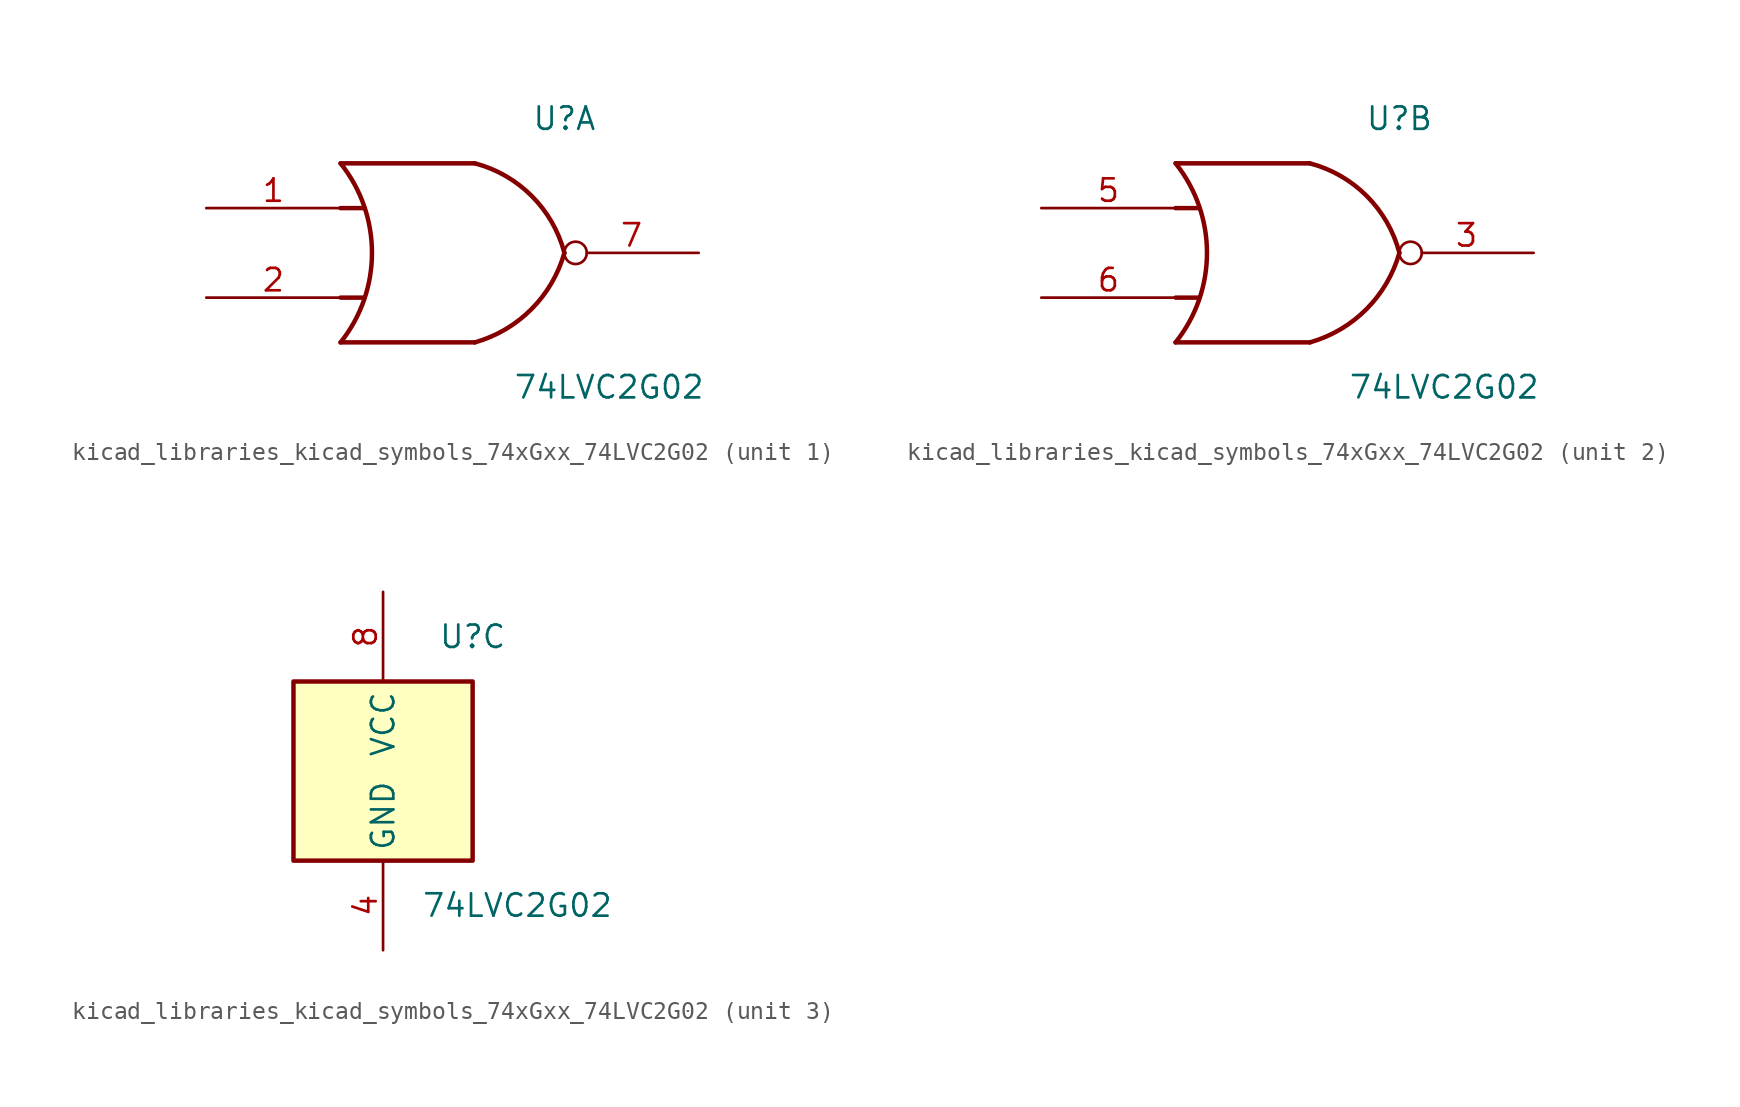
<source format=kicad_sym>
(kicad_symbol_lib
  (version 20220914)
  (generator kicad_symbol_editor)
  (symbol "kicad_libraries_kicad_symbols_74xGxx_74LVC2G02"
    (property "Reference" "U"
      (at 5.08 7.62 0)
      (effects (font (size 1.27 1.27))))
    (property "Value" "74LVC2G02"
      (at 7.62 -7.62 0)
      (effects (font (size 1.27 1.27))))
    (symbol "kicad_libraries_kicad_symbols_74xGxx_74LVC2G02_1_1"
      (arc (start -7.62 -5.08) (mid -5.838 0) (end -7.62 5.08) (stroke (width 0.254) (type default)) (fill (type none)))
      (arc (start 0 -5.08) (mid 3.1986 -3.2054) (end 5.08 0) (stroke (width 0.254) (type default)) (fill (type none)))
      (polyline (pts (xy -7.62 -2.54) (xy -6.35 -2.54)) (stroke (width 0.254) (type default)) (fill (type background)))
      (polyline (pts (xy -7.62 2.54) (xy -6.35 2.54)) (stroke (width 0.254) (type default)) (fill (type background)))
      (polyline (pts (xy 0 -5.08) (xy -7.62 -5.08)) (stroke (width 0.254) (type default)) (fill (type background)))
      (polyline (pts (xy 0 5.08) (xy -7.62 5.08)) (stroke (width 0.254) (type default)) (fill (type background)))
      (arc (start 5.08 0) (mid 3.2238 3.2304) (end 0 5.08) (stroke (width 0.254) (type default)) (fill (type none)))
      (pin input line (at -15.24 2.54 0) (length 7.62) (name "~" (effects (font (size 1.27 1.27)))) (number "1" (effects (font (size 1.27 1.27)))))
      (pin input line (at -15.24 -2.54 0) (length 7.62) (name "~" (effects (font (size 1.27 1.27)))) (number "2" (effects (font (size 1.27 1.27)))))
      (pin output inverted (at 12.7 0 180) (length 7.62) (name "~" (effects (font (size 1.27 1.27)))) (number "7" (effects (font (size 1.27 1.27))))))
    (symbol "kicad_libraries_kicad_symbols_74xGxx_74LVC2G02_2_1"
      (arc (start -7.62 -5.08) (mid -5.838 0) (end -7.62 5.08) (stroke (width 0.254) (type default)) (fill (type none)))
      (arc (start 0 -5.08) (mid 3.1986 -3.2054) (end 5.08 0) (stroke (width 0.254) (type default)) (fill (type none)))
      (polyline (pts (xy -7.62 -2.54) (xy -6.35 -2.54)) (stroke (width 0.254) (type default)) (fill (type background)))
      (polyline (pts (xy -7.62 2.54) (xy -6.35 2.54)) (stroke (width 0.254) (type default)) (fill (type background)))
      (polyline (pts (xy 0 -5.08) (xy -7.62 -5.08)) (stroke (width 0.254) (type default)) (fill (type background)))
      (polyline (pts (xy 0 5.08) (xy -7.62 5.08)) (stroke (width 0.254) (type default)) (fill (type background)))
      (arc (start 5.08 0) (mid 3.2238 3.2304) (end 0 5.08) (stroke (width 0.254) (type default)) (fill (type none)))
      (pin output inverted (at 12.7 0 180) (length 7.62) (name "~" (effects (font (size 1.27 1.27)))) (number "3" (effects (font (size 1.27 1.27)))))
      (pin input line (at -15.24 2.54 0) (length 7.62) (name "~" (effects (font (size 1.27 1.27)))) (number "5" (effects (font (size 1.27 1.27)))))
      (pin input line (at -15.24 -2.54 0) (length 7.62) (name "~" (effects (font (size 1.27 1.27)))) (number "6" (effects (font (size 1.27 1.27))))))
    (symbol "kicad_libraries_kicad_symbols_74xGxx_74LVC2G02_3_0"
      (rectangle (start -5.08 -5.08) (end 5.08 5.08) (stroke (width 0.254) (type default)) (fill (type background))))
    (symbol "kicad_libraries_kicad_symbols_74xGxx_74LVC2G02_3_1"
      (pin power_in line (at 0 -10.16 90) (length 5.08) (name "GND" (effects (font (size 1.27 1.27)))) (number "4" (effects (font (size 1.27 1.27)))))
      (pin power_in line (at 0 10.16 270) (length 5.08) (name "VCC" (effects (font (size 1.27 1.27)))) (number "8" (effects (font (size 1.27 1.27))))))))
</source>
